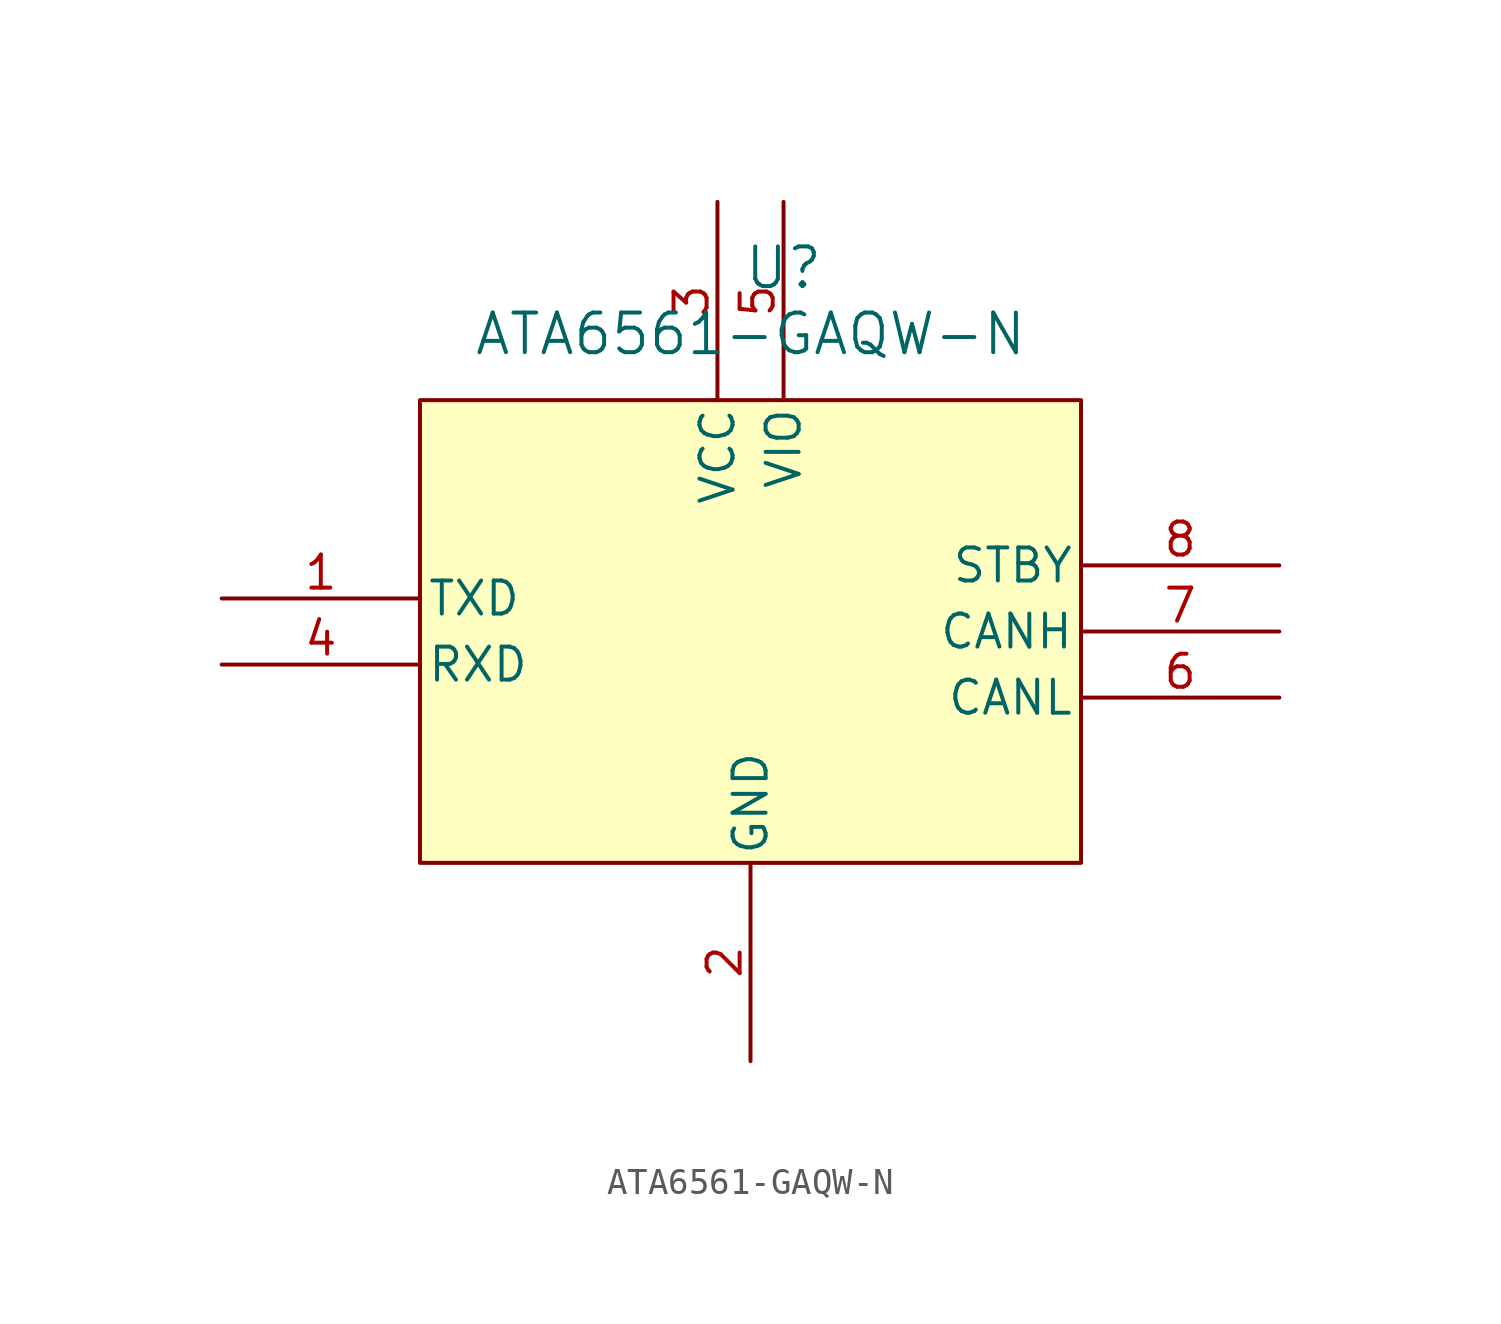
<source format=kicad_sym>
(kicad_symbol_lib
  (version 20231120)
  (generator "kicad_symbol_editor")
  (generator_version "8.0")
  (symbol "ATA6561-GAQW-N"
    (pin_names
      (offset 0.254))
    (property "Reference" "U"
      (at 21.59 10.16 0)
      (effects (font (size 1.524 1.524))))
    (property "Value" "ATA6561-GAQW-N"
      (at 20.32 7.62 0)
      (effects (font (size 1.524 1.524))))
    (property "ki_locked" ""
      (at 0 0 0)
      (effects (font (size 1.27 1.27))))
    (symbol "ATA6561-GAQW-N_0_1"
      (pin power_in line (at 19.05 12.7 270) (length 7.62) (name "VCC" (effects (font (size 1.27 1.27)))) (number "3" (effects (font (size 1.27 1.27))))))
    (symbol "ATA6561-GAQW-N_1_1"
      (rectangle (start 7.62 5.08) (end 33.02 -12.7) (stroke (width 0) (type default)) (fill (type background)))
      (pin input line (at 0 -2.54 0) (length 7.62) (name "TXD" (effects (font (size 1.27 1.27)))) (number "1" (effects (font (size 1.27 1.27)))))
      (pin power_in line (at 20.32 -20.32 90) (length 7.62) (name "GND" (effects (font (size 1.27 1.27)))) (number "2" (effects (font (size 1.27 1.27)))))
      (pin output line (at 0 -5.08 0) (length 7.62) (name "RXD" (effects (font (size 1.27 1.27)))) (number "4" (effects (font (size 1.27 1.27)))))
      (pin power_in line (at 21.59 12.7 270) (length 7.62) (name "VIO" (effects (font (size 1.27 1.27)))) (number "5" (effects (font (size 1.27 1.27)))))
      (pin input line (at 40.64 -6.35 180) (length 7.62) (name "CANL" (effects (font (size 1.27 1.27)))) (number "6" (effects (font (size 1.27 1.27)))))
      (pin input line (at 40.64 -3.81 180) (length 7.62) (name "CANH" (effects (font (size 1.27 1.27)))) (number "7" (effects (font (size 1.27 1.27)))))
      (pin input line (at 40.64 -1.27 180) (length 7.62) (name "STBY" (effects (font (size 1.27 1.27)))) (number "8" (effects (font (size 1.27 1.27))))))))
</source>
